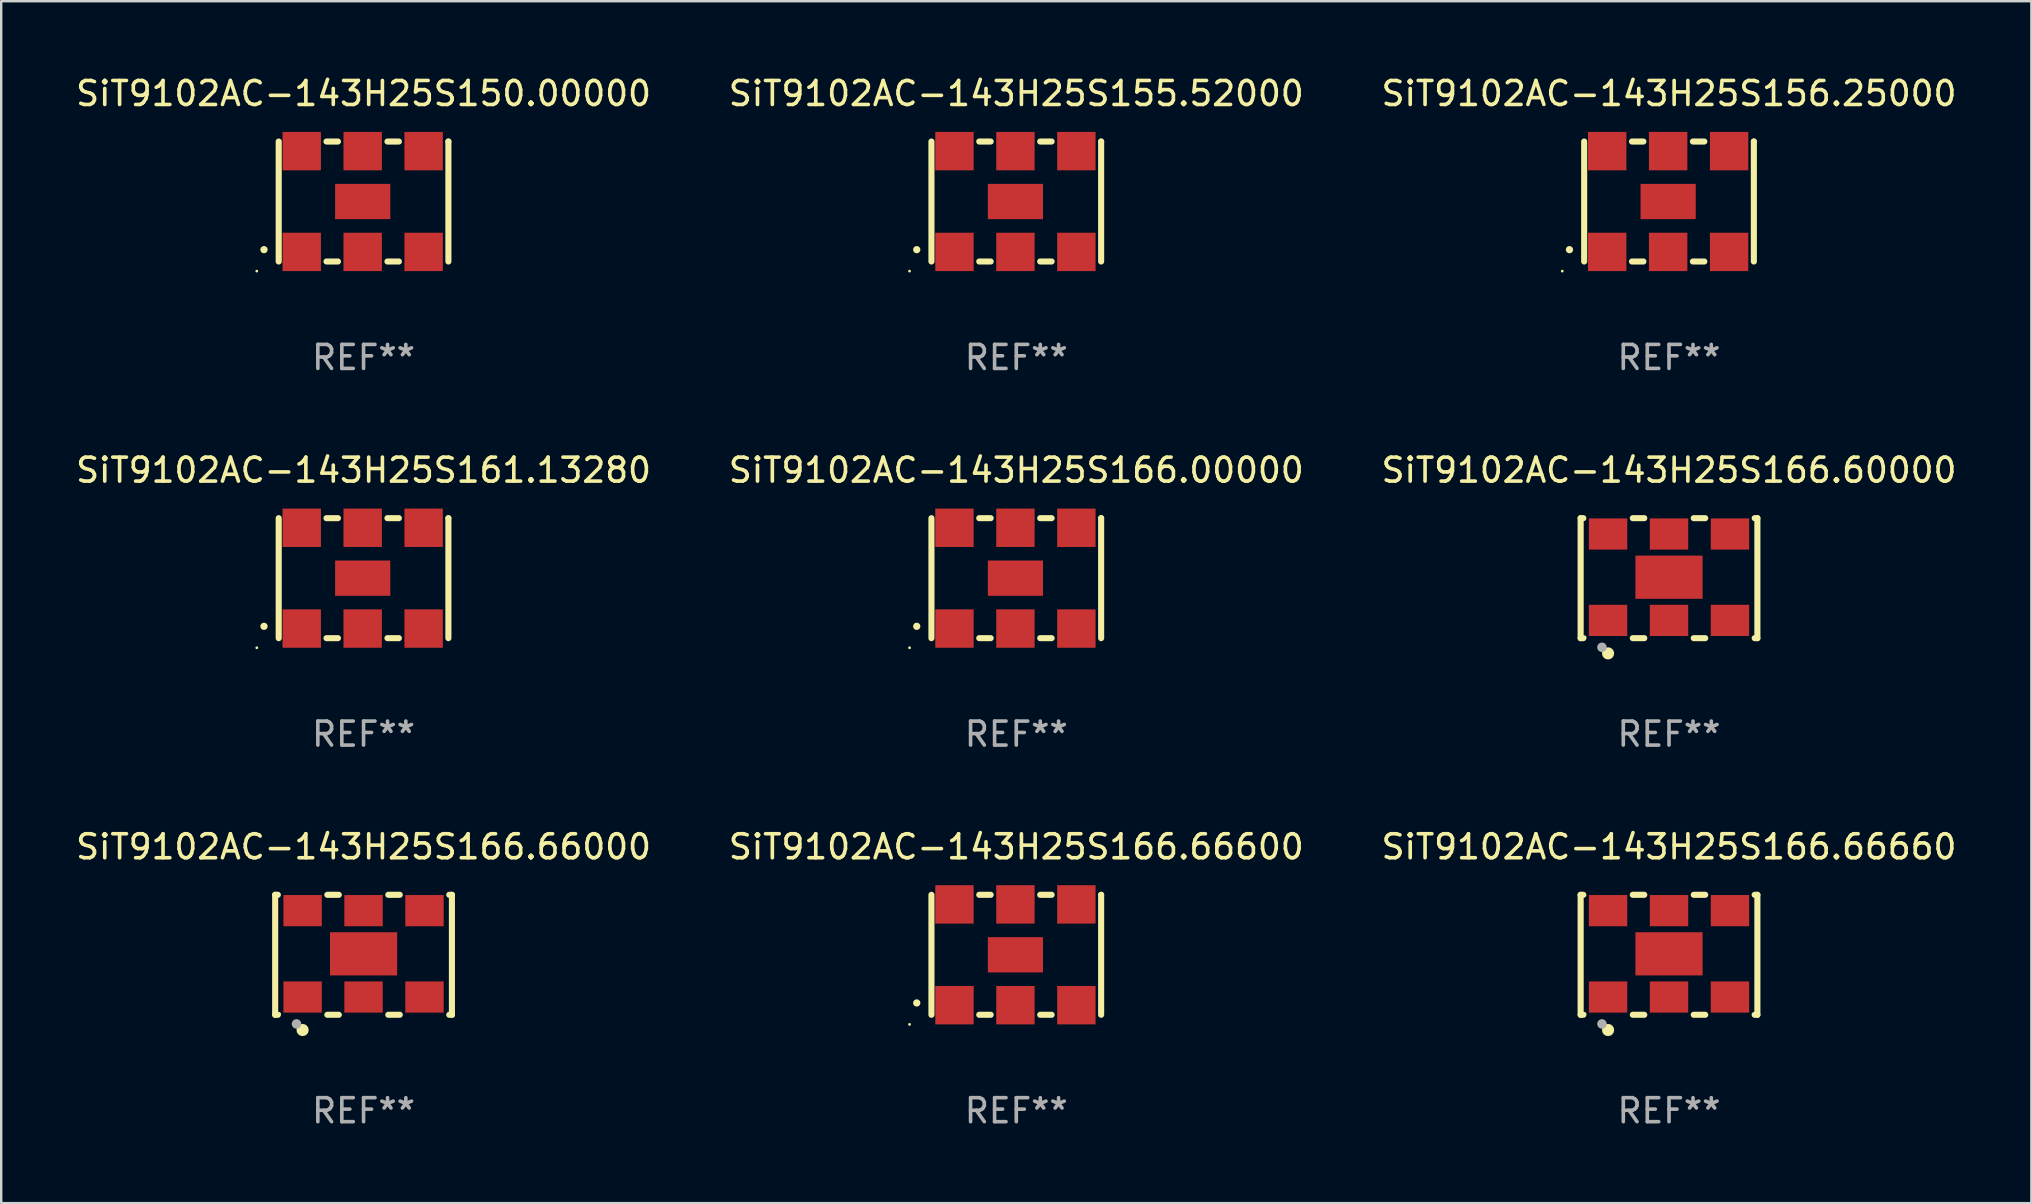
<source format=kicad_pcb>
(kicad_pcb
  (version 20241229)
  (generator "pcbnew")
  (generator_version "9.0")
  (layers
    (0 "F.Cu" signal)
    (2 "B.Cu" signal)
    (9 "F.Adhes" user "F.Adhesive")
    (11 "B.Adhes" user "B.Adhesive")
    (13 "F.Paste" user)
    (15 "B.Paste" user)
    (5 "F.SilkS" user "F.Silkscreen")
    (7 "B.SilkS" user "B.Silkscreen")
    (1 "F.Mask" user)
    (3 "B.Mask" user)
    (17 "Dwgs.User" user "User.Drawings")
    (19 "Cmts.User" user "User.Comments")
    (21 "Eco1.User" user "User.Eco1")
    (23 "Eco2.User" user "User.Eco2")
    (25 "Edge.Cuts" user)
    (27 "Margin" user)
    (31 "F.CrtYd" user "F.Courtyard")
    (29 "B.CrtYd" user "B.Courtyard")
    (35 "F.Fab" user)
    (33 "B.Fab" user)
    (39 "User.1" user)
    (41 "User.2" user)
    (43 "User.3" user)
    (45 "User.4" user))
  (footprint "SiT9102AC-143H25S150.00000"
    (layer "F.Cu")
    (at 12.101 5.348)
    (property "Reference" "SiT9102AC-143H25S150.00000" (at 0 -4.5 0) (layer "F.SilkS") (effects (font (size 1 1) (thickness 0.15))))
    (attr through_hole)
    (fp_line (start -3.536 -2.5) (end -3.536 2.5) (stroke (width 0.254) (type solid)) (layer "F.SilkS"))
    (fp_line (start -1.544 2.5) (end -1.067 2.5) (stroke (width 0.254) (type solid)) (layer "F.SilkS"))
    (fp_line (start -1.067 -2.5) (end -1.544 -2.5) (stroke (width 0.254) (type solid)) (layer "F.SilkS"))
    (fp_line (start 0.996 2.5) (end 1.473 2.5) (stroke (width 0.254) (type solid)) (layer "F.SilkS"))
    (fp_line (start 1.473 -2.5) (end 0.996 -2.5) (stroke (width 0.254) (type solid)) (layer "F.SilkS"))
    (fp_line (start 3.536 -2.5) (end 3.536 -2.5) (stroke (width 0.254) (type solid)) (layer "F.SilkS"))
    (fp_line (start 3.536 2.5) (end 3.536 -2.5) (stroke (width 0.254) (type solid)) (layer "F.SilkS"))
    (fp_arc (start -4.150432 2.006604) (mid -4.149162 2.006599) (end -4.147892 2.006604) (stroke (width 0.3) (type solid)) (layer "F.SilkS"))
    (fp_circle (center -4.449 2.9) (end -4.419 2.9) (stroke (width 0.06) (type solid)) (fill no) (layer "F.SilkS"))
    (fp_text user "REF**" (at 0 6.5 0) (layer "F.Fab") (effects (font (size 1 1) (thickness 0.15))))
    (pad "1" smd rect (at -2.576 2.1) (size 1.6 1.6) (layers "F.Cu" "F.Mask" "F.Paste"))
    (pad "2" smd rect (at -0.036 2.1) (size 1.6 1.6) (layers "F.Cu" "F.Mask" "F.Paste"))
    (pad "3" smd rect (at 2.504 2.1) (size 1.6 1.6) (layers "F.Cu" "F.Mask" "F.Paste"))
    (pad "4" smd rect (at 2.504 -2.1) (size 1.6 1.6) (layers "F.Cu" "F.Mask" "F.Paste"))
    (pad "5" smd rect (at -0.036 -2.1) (size 1.6 1.6) (layers "F.Cu" "F.Mask" "F.Paste"))
    (pad "6" smd rect (at -2.576 -2.1) (size 1.6 1.6) (layers "F.Cu" "F.Mask" "F.Paste"))
    (pad "7" smd rect (at -0.036 0) (size 2.3 1.47) (layers "F.Cu" "F.Mask" "F.Paste")))
  (footprint "SiT9102AC-143H25S166.60000"
    (layer "F.Cu")
    (at 66.506 21.045)
    (property "Reference" "SiT9102AC-143H25S166.60000" (at 0 -4.5 0) (layer "F.SilkS") (effects (font (size 1 1) (thickness 0.15))))
    (attr through_hole)
    (fp_line (start -3.683 -2.5) (end -3.571 -2.5) (stroke (width 0.254) (type solid)) (layer "F.SilkS"))
    (fp_line (start -3.683 2.5) (end -3.683 -2.5) (stroke (width 0.254) (type solid)) (layer "F.SilkS"))
    (fp_line (start -3.683 2.5) (end -3.571 2.5) (stroke (width 0.254) (type solid)) (layer "F.SilkS"))
    (fp_line (start -1.509 -2.5) (end -1.031 -2.5) (stroke (width 0.254) (type solid)) (layer "F.SilkS"))
    (fp_line (start -1.509 2.5) (end -1.031 2.5) (stroke (width 0.254) (type solid)) (layer "F.SilkS"))
    (fp_line (start 1.031 -2.5) (end 1.509 -2.5) (stroke (width 0.254) (type solid)) (layer "F.SilkS"))
    (fp_line (start 1.031 2.5) (end 1.509 2.5) (stroke (width 0.254) (type solid)) (layer "F.SilkS"))
    (fp_line (start 3.571 -2.5) (end 3.683 -2.5) (stroke (width 0.254) (type solid)) (layer "F.SilkS"))
    (fp_line (start 3.571 2.5) (end 3.683 2.5) (stroke (width 0.254) (type solid)) (layer "F.SilkS"))
    (fp_line (start 3.683 2.5) (end 3.683 -2.5) (stroke (width 0.254) (type solid)) (layer "F.SilkS"))
    (fp_circle (center -3.5 2.46) (end -3.47 2.46) (stroke (width 0.06) (type solid)) (fill no) (layer "F.SilkS"))
    (fp_circle (center -2.54 3.135) (end -2.413 3.135) (stroke (width 0.254) (type solid)) (fill no) (layer "F.SilkS"))
    (fp_circle (center -2.794 2.881) (end -2.694 2.881) (stroke (width 0.2) (type solid)) (fill no) (layer "F.Fab"))
    (fp_text user "REF**" (at 0 6.5 0) (layer "F.Fab") (effects (font (size 1 1) (thickness 0.15))))
    (pad "1" smd rect (at -2.54 1.76) (size 1.6 1.3) (layers "F.Cu" "F.Mask" "F.Paste"))
    (pad "2" smd rect (at 0 1.76) (size 1.6 1.3) (layers "F.Cu" "F.Mask" "F.Paste"))
    (pad "3" smd rect (at 2.54 1.76) (size 1.6 1.3) (layers "F.Cu" "F.Mask" "F.Paste"))
    (pad "4" smd rect (at 2.54 -1.84) (size 1.6 1.3) (layers "F.Cu" "F.Mask" "F.Paste"))
    (pad "5" smd rect (at 0 -1.84) (size 1.6 1.3) (layers "F.Cu" "F.Mask" "F.Paste"))
    (pad "6" smd rect (at -2.54 -1.84) (size 1.6 1.3) (layers "F.Cu" "F.Mask" "F.Paste"))
    (pad "7" smd rect (at 0 -0.04) (size 2.8 1.8) (layers "F.Cu" "F.Mask" "F.Paste")))
  (footprint "SiT9102AC-143H25S161.13280"
    (layer "F.Cu")
    (at 12.101 21.045)
    (property "Reference" "SiT9102AC-143H25S161.13280" (at 0 -4.5 0) (layer "F.SilkS") (effects (font (size 1 1) (thickness 0.15))))
    (attr through_hole)
    (fp_line (start -3.536 -2.5) (end -3.536 2.5) (stroke (width 0.254) (type solid)) (layer "F.SilkS"))
    (fp_line (start -1.544 2.5) (end -1.067 2.5) (stroke (width 0.254) (type solid)) (layer "F.SilkS"))
    (fp_line (start -1.067 -2.5) (end -1.544 -2.5) (stroke (width 0.254) (type solid)) (layer "F.SilkS"))
    (fp_line (start 0.996 2.5) (end 1.473 2.5) (stroke (width 0.254) (type solid)) (layer "F.SilkS"))
    (fp_line (start 1.473 -2.5) (end 0.996 -2.5) (stroke (width 0.254) (type solid)) (layer "F.SilkS"))
    (fp_line (start 3.536 -2.5) (end 3.536 -2.5) (stroke (width 0.254) (type solid)) (layer "F.SilkS"))
    (fp_line (start 3.536 2.5) (end 3.536 -2.5) (stroke (width 0.254) (type solid)) (layer "F.SilkS"))
    (fp_arc (start -4.150432 2.006604) (mid -4.149162 2.006599) (end -4.147892 2.006604) (stroke (width 0.3) (type solid)) (layer "F.SilkS"))
    (fp_circle (center -4.449 2.9) (end -4.419 2.9) (stroke (width 0.06) (type solid)) (fill no) (layer "F.SilkS"))
    (fp_text user "REF**" (at 0 6.5 0) (layer "F.Fab") (effects (font (size 1 1) (thickness 0.15))))
    (pad "1" smd rect (at -2.576 2.1) (size 1.6 1.6) (layers "F.Cu" "F.Mask" "F.Paste"))
    (pad "2" smd rect (at -0.036 2.1) (size 1.6 1.6) (layers "F.Cu" "F.Mask" "F.Paste"))
    (pad "3" smd rect (at 2.504 2.1) (size 1.6 1.6) (layers "F.Cu" "F.Mask" "F.Paste"))
    (pad "4" smd rect (at 2.504 -2.1) (size 1.6 1.6) (layers "F.Cu" "F.Mask" "F.Paste"))
    (pad "5" smd rect (at -0.036 -2.1) (size 1.6 1.6) (layers "F.Cu" "F.Mask" "F.Paste"))
    (pad "6" smd rect (at -2.576 -2.1) (size 1.6 1.6) (layers "F.Cu" "F.Mask" "F.Paste"))
    (pad "7" smd rect (at -0.036 0) (size 2.3 1.47) (layers "F.Cu" "F.Mask" "F.Paste")))
  (footprint "SiT9102AC-143H25S166.66000"
    (layer "F.Cu")
    (at 12.101 36.741)
    (property "Reference" "SiT9102AC-143H25S166.66000" (at 0 -4.5 0) (layer "F.SilkS") (effects (font (size 1 1) (thickness 0.15))))
    (attr through_hole)
    (fp_line (start -3.683 -2.5) (end -3.571 -2.5) (stroke (width 0.254) (type solid)) (layer "F.SilkS"))
    (fp_line (start -3.683 2.5) (end -3.683 -2.5) (stroke (width 0.254) (type solid)) (layer "F.SilkS"))
    (fp_line (start -3.683 2.5) (end -3.571 2.5) (stroke (width 0.254) (type solid)) (layer "F.SilkS"))
    (fp_line (start -1.509 -2.5) (end -1.031 -2.5) (stroke (width 0.254) (type solid)) (layer "F.SilkS"))
    (fp_line (start -1.509 2.5) (end -1.031 2.5) (stroke (width 0.254) (type solid)) (layer "F.SilkS"))
    (fp_line (start 1.031 -2.5) (end 1.509 -2.5) (stroke (width 0.254) (type solid)) (layer "F.SilkS"))
    (fp_line (start 1.031 2.5) (end 1.509 2.5) (stroke (width 0.254) (type solid)) (layer "F.SilkS"))
    (fp_line (start 3.571 -2.5) (end 3.683 -2.5) (stroke (width 0.254) (type solid)) (layer "F.SilkS"))
    (fp_line (start 3.571 2.5) (end 3.683 2.5) (stroke (width 0.254) (type solid)) (layer "F.SilkS"))
    (fp_line (start 3.683 2.5) (end 3.683 -2.5) (stroke (width 0.254) (type solid)) (layer "F.SilkS"))
    (fp_circle (center -3.5 2.46) (end -3.47 2.46) (stroke (width 0.06) (type solid)) (fill no) (layer "F.SilkS"))
    (fp_circle (center -2.54 3.135) (end -2.413 3.135) (stroke (width 0.254) (type solid)) (fill no) (layer "F.SilkS"))
    (fp_circle (center -2.794 2.881) (end -2.694 2.881) (stroke (width 0.2) (type solid)) (fill no) (layer "F.Fab"))
    (fp_text user "REF**" (at 0 6.5 0) (layer "F.Fab") (effects (font (size 1 1) (thickness 0.15))))
    (pad "1" smd rect (at -2.54 1.76) (size 1.6 1.3) (layers "F.Cu" "F.Mask" "F.Paste"))
    (pad "2" smd rect (at 0 1.76) (size 1.6 1.3) (layers "F.Cu" "F.Mask" "F.Paste"))
    (pad "3" smd rect (at 2.54 1.76) (size 1.6 1.3) (layers "F.Cu" "F.Mask" "F.Paste"))
    (pad "4" smd rect (at 2.54 -1.84) (size 1.6 1.3) (layers "F.Cu" "F.Mask" "F.Paste"))
    (pad "5" smd rect (at 0 -1.84) (size 1.6 1.3) (layers "F.Cu" "F.Mask" "F.Paste"))
    (pad "6" smd rect (at -2.54 -1.84) (size 1.6 1.3) (layers "F.Cu" "F.Mask" "F.Paste"))
    (pad "7" smd rect (at 0 -0.04) (size 2.8 1.8) (layers "F.Cu" "F.Mask" "F.Paste")))
  (footprint "SiT9102AC-143H25S166.66660"
    (layer "F.Cu")
    (at 66.506 36.741)
    (property "Reference" "SiT9102AC-143H25S166.66660" (at 0 -4.5 0) (layer "F.SilkS") (effects (font (size 1 1) (thickness 0.15))))
    (attr through_hole)
    (fp_line (start -3.683 -2.5) (end -3.571 -2.5) (stroke (width 0.254) (type solid)) (layer "F.SilkS"))
    (fp_line (start -3.683 2.5) (end -3.683 -2.5) (stroke (width 0.254) (type solid)) (layer "F.SilkS"))
    (fp_line (start -3.683 2.5) (end -3.571 2.5) (stroke (width 0.254) (type solid)) (layer "F.SilkS"))
    (fp_line (start -1.509 -2.5) (end -1.031 -2.5) (stroke (width 0.254) (type solid)) (layer "F.SilkS"))
    (fp_line (start -1.509 2.5) (end -1.031 2.5) (stroke (width 0.254) (type solid)) (layer "F.SilkS"))
    (fp_line (start 1.031 -2.5) (end 1.509 -2.5) (stroke (width 0.254) (type solid)) (layer "F.SilkS"))
    (fp_line (start 1.031 2.5) (end 1.509 2.5) (stroke (width 0.254) (type solid)) (layer "F.SilkS"))
    (fp_line (start 3.571 -2.5) (end 3.683 -2.5) (stroke (width 0.254) (type solid)) (layer "F.SilkS"))
    (fp_line (start 3.571 2.5) (end 3.683 2.5) (stroke (width 0.254) (type solid)) (layer "F.SilkS"))
    (fp_line (start 3.683 2.5) (end 3.683 -2.5) (stroke (width 0.254) (type solid)) (layer "F.SilkS"))
    (fp_circle (center -3.5 2.46) (end -3.47 2.46) (stroke (width 0.06) (type solid)) (fill no) (layer "F.SilkS"))
    (fp_circle (center -2.54 3.135) (end -2.413 3.135) (stroke (width 0.254) (type solid)) (fill no) (layer "F.SilkS"))
    (fp_circle (center -2.794 2.881) (end -2.694 2.881) (stroke (width 0.2) (type solid)) (fill no) (layer "F.Fab"))
    (fp_text user "REF**" (at 0 6.5 0) (layer "F.Fab") (effects (font (size 1 1) (thickness 0.15))))
    (pad "1" smd rect (at -2.54 1.76) (size 1.6 1.3) (layers "F.Cu" "F.Mask" "F.Paste"))
    (pad "2" smd rect (at 0 1.76) (size 1.6 1.3) (layers "F.Cu" "F.Mask" "F.Paste"))
    (pad "3" smd rect (at 2.54 1.76) (size 1.6 1.3) (layers "F.Cu" "F.Mask" "F.Paste"))
    (pad "4" smd rect (at 2.54 -1.84) (size 1.6 1.3) (layers "F.Cu" "F.Mask" "F.Paste"))
    (pad "5" smd rect (at 0 -1.84) (size 1.6 1.3) (layers "F.Cu" "F.Mask" "F.Paste"))
    (pad "6" smd rect (at -2.54 -1.84) (size 1.6 1.3) (layers "F.Cu" "F.Mask" "F.Paste"))
    (pad "7" smd rect (at 0 -0.04) (size 2.8 1.8) (layers "F.Cu" "F.Mask" "F.Paste")))
  (footprint "SiT9102AC-143H25S155.52000"
    (layer "F.Cu")
    (at 39.304 5.348)
    (property "Reference" "SiT9102AC-143H25S155.52000" (at 0 -4.5 0) (layer "F.SilkS") (effects (font (size 1 1) (thickness 0.15))))
    (attr through_hole)
    (fp_line (start -3.536 -2.5) (end -3.536 2.5) (stroke (width 0.254) (type solid)) (layer "F.SilkS"))
    (fp_line (start -1.544 2.5) (end -1.067 2.5) (stroke (width 0.254) (type solid)) (layer "F.SilkS"))
    (fp_line (start -1.067 -2.5) (end -1.544 -2.5) (stroke (width 0.254) (type solid)) (layer "F.SilkS"))
    (fp_line (start 0.996 2.5) (end 1.473 2.5) (stroke (width 0.254) (type solid)) (layer "F.SilkS"))
    (fp_line (start 1.473 -2.5) (end 0.996 -2.5) (stroke (width 0.254) (type solid)) (layer "F.SilkS"))
    (fp_line (start 3.536 -2.5) (end 3.536 -2.5) (stroke (width 0.254) (type solid)) (layer "F.SilkS"))
    (fp_line (start 3.536 2.5) (end 3.536 -2.5) (stroke (width 0.254) (type solid)) (layer "F.SilkS"))
    (fp_arc (start -4.150432 2.006604) (mid -4.149162 2.006599) (end -4.147892 2.006604) (stroke (width 0.3) (type solid)) (layer "F.SilkS"))
    (fp_circle (center -4.449 2.9) (end -4.419 2.9) (stroke (width 0.06) (type solid)) (fill no) (layer "F.SilkS"))
    (fp_text user "REF**" (at 0 6.5 0) (layer "F.Fab") (effects (font (size 1 1) (thickness 0.15))))
    (pad "1" smd rect (at -2.576 2.1) (size 1.6 1.6) (layers "F.Cu" "F.Mask" "F.Paste"))
    (pad "2" smd rect (at -0.036 2.1) (size 1.6 1.6) (layers "F.Cu" "F.Mask" "F.Paste"))
    (pad "3" smd rect (at 2.504 2.1) (size 1.6 1.6) (layers "F.Cu" "F.Mask" "F.Paste"))
    (pad "4" smd rect (at 2.504 -2.1) (size 1.6 1.6) (layers "F.Cu" "F.Mask" "F.Paste"))
    (pad "5" smd rect (at -0.036 -2.1) (size 1.6 1.6) (layers "F.Cu" "F.Mask" "F.Paste"))
    (pad "6" smd rect (at -2.576 -2.1) (size 1.6 1.6) (layers "F.Cu" "F.Mask" "F.Paste"))
    (pad "7" smd rect (at -0.036 0) (size 2.3 1.47) (layers "F.Cu" "F.Mask" "F.Paste")))
  (footprint "SiT9102AC-143H25S166.66600"
    (layer "F.Cu")
    (at 39.304 36.741)
    (property "Reference" "SiT9102AC-143H25S166.66600" (at 0 -4.5 0) (layer "F.SilkS") (effects (font (size 1 1) (thickness 0.15))))
    (attr through_hole)
    (fp_line (start -3.536 -2.5) (end -3.536 2.5) (stroke (width 0.254) (type solid)) (layer "F.SilkS"))
    (fp_line (start -1.544 2.5) (end -1.067 2.5) (stroke (width 0.254) (type solid)) (layer "F.SilkS"))
    (fp_line (start -1.067 -2.5) (end -1.544 -2.5) (stroke (width 0.254) (type solid)) (layer "F.SilkS"))
    (fp_line (start 0.996 2.5) (end 1.473 2.5) (stroke (width 0.254) (type solid)) (layer "F.SilkS"))
    (fp_line (start 1.473 -2.5) (end 0.996 -2.5) (stroke (width 0.254) (type solid)) (layer "F.SilkS"))
    (fp_line (start 3.536 -2.5) (end 3.536 -2.5) (stroke (width 0.254) (type solid)) (layer "F.SilkS"))
    (fp_line (start 3.536 2.5) (end 3.536 -2.5) (stroke (width 0.254) (type solid)) (layer "F.SilkS"))
    (fp_arc (start -4.150432 2.006604) (mid -4.149162 2.006599) (end -4.147892 2.006604) (stroke (width 0.3) (type solid)) (layer "F.SilkS"))
    (fp_circle (center -4.449 2.9) (end -4.419 2.9) (stroke (width 0.06) (type solid)) (fill no) (layer "F.SilkS"))
    (fp_text user "REF**" (at 0 6.5 0) (layer "F.Fab") (effects (font (size 1 1) (thickness 0.15))))
    (pad "1" smd rect (at -2.576 2.1) (size 1.6 1.6) (layers "F.Cu" "F.Mask" "F.Paste"))
    (pad "2" smd rect (at -0.036 2.1) (size 1.6 1.6) (layers "F.Cu" "F.Mask" "F.Paste"))
    (pad "3" smd rect (at 2.504 2.1) (size 1.6 1.6) (layers "F.Cu" "F.Mask" "F.Paste"))
    (pad "4" smd rect (at 2.504 -2.1) (size 1.6 1.6) (layers "F.Cu" "F.Mask" "F.Paste"))
    (pad "5" smd rect (at -0.036 -2.1) (size 1.6 1.6) (layers "F.Cu" "F.Mask" "F.Paste"))
    (pad "6" smd rect (at -2.576 -2.1) (size 1.6 1.6) (layers "F.Cu" "F.Mask" "F.Paste"))
    (pad "7" smd rect (at -0.036 0) (size 2.3 1.47) (layers "F.Cu" "F.Mask" "F.Paste")))
  (footprint "SiT9102AC-143H25S166.00000"
    (layer "F.Cu")
    (at 39.304 21.045)
    (property "Reference" "SiT9102AC-143H25S166.00000" (at 0 -4.5 0) (layer "F.SilkS") (effects (font (size 1 1) (thickness 0.15))))
    (attr through_hole)
    (fp_line (start -3.536 -2.5) (end -3.536 2.5) (stroke (width 0.254) (type solid)) (layer "F.SilkS"))
    (fp_line (start -1.544 2.5) (end -1.067 2.5) (stroke (width 0.254) (type solid)) (layer "F.SilkS"))
    (fp_line (start -1.067 -2.5) (end -1.544 -2.5) (stroke (width 0.254) (type solid)) (layer "F.SilkS"))
    (fp_line (start 0.996 2.5) (end 1.473 2.5) (stroke (width 0.254) (type solid)) (layer "F.SilkS"))
    (fp_line (start 1.473 -2.5) (end 0.996 -2.5) (stroke (width 0.254) (type solid)) (layer "F.SilkS"))
    (fp_line (start 3.536 -2.5) (end 3.536 -2.5) (stroke (width 0.254) (type solid)) (layer "F.SilkS"))
    (fp_line (start 3.536 2.5) (end 3.536 -2.5) (stroke (width 0.254) (type solid)) (layer "F.SilkS"))
    (fp_arc (start -4.150432 2.006604) (mid -4.149162 2.006599) (end -4.147892 2.006604) (stroke (width 0.3) (type solid)) (layer "F.SilkS"))
    (fp_circle (center -4.449 2.9) (end -4.419 2.9) (stroke (width 0.06) (type solid)) (fill no) (layer "F.SilkS"))
    (fp_text user "REF**" (at 0 6.5 0) (layer "F.Fab") (effects (font (size 1 1) (thickness 0.15))))
    (pad "1" smd rect (at -2.576 2.1) (size 1.6 1.6) (layers "F.Cu" "F.Mask" "F.Paste"))
    (pad "2" smd rect (at -0.036 2.1) (size 1.6 1.6) (layers "F.Cu" "F.Mask" "F.Paste"))
    (pad "3" smd rect (at 2.504 2.1) (size 1.6 1.6) (layers "F.Cu" "F.Mask" "F.Paste"))
    (pad "4" smd rect (at 2.504 -2.1) (size 1.6 1.6) (layers "F.Cu" "F.Mask" "F.Paste"))
    (pad "5" smd rect (at -0.036 -2.1) (size 1.6 1.6) (layers "F.Cu" "F.Mask" "F.Paste"))
    (pad "6" smd rect (at -2.576 -2.1) (size 1.6 1.6) (layers "F.Cu" "F.Mask" "F.Paste"))
    (pad "7" smd rect (at -0.036 0) (size 2.3 1.47) (layers "F.Cu" "F.Mask" "F.Paste")))
  (footprint "SiT9102AC-143H25S156.25000"
    (layer "F.Cu")
    (at 66.506 5.348)
    (property "Reference" "SiT9102AC-143H25S156.25000" (at 0 -4.5 0) (layer "F.SilkS") (effects (font (size 1 1) (thickness 0.15))))
    (attr through_hole)
    (fp_line (start -3.536 -2.5) (end -3.536 2.5) (stroke (width 0.254) (type solid)) (layer "F.SilkS"))
    (fp_line (start -1.544 2.5) (end -1.067 2.5) (stroke (width 0.254) (type solid)) (layer "F.SilkS"))
    (fp_line (start -1.067 -2.5) (end -1.544 -2.5) (stroke (width 0.254) (type solid)) (layer "F.SilkS"))
    (fp_line (start 0.996 2.5) (end 1.473 2.5) (stroke (width 0.254) (type solid)) (layer "F.SilkS"))
    (fp_line (start 1.473 -2.5) (end 0.996 -2.5) (stroke (width 0.254) (type solid)) (layer "F.SilkS"))
    (fp_line (start 3.536 -2.5) (end 3.536 -2.5) (stroke (width 0.254) (type solid)) (layer "F.SilkS"))
    (fp_line (start 3.536 2.5) (end 3.536 -2.5) (stroke (width 0.254) (type solid)) (layer "F.SilkS"))
    (fp_arc (start -4.150432 2.006604) (mid -4.149162 2.006599) (end -4.147892 2.006604) (stroke (width 0.3) (type solid)) (layer "F.SilkS"))
    (fp_circle (center -4.449 2.9) (end -4.419 2.9) (stroke (width 0.06) (type solid)) (fill no) (layer "F.SilkS"))
    (fp_text user "REF**" (at 0 6.5 0) (layer "F.Fab") (effects (font (size 1 1) (thickness 0.15))))
    (pad "1" smd rect (at -2.576 2.1) (size 1.6 1.6) (layers "F.Cu" "F.Mask" "F.Paste"))
    (pad "2" smd rect (at -0.036 2.1) (size 1.6 1.6) (layers "F.Cu" "F.Mask" "F.Paste"))
    (pad "3" smd rect (at 2.504 2.1) (size 1.6 1.6) (layers "F.Cu" "F.Mask" "F.Paste"))
    (pad "4" smd rect (at 2.504 -2.1) (size 1.6 1.6) (layers "F.Cu" "F.Mask" "F.Paste"))
    (pad "5" smd rect (at -0.036 -2.1) (size 1.6 1.6) (layers "F.Cu" "F.Mask" "F.Paste"))
    (pad "6" smd rect (at -2.576 -2.1) (size 1.6 1.6) (layers "F.Cu" "F.Mask" "F.Paste"))
    (pad "7" smd rect (at -0.036 0) (size 2.3 1.47) (layers "F.Cu" "F.Mask" "F.Paste")))
  (gr_rect
    (start -3 -3)
    (end 81.607 47.09)
    (stroke (width 0.1) (type default))
    (fill no)
    (layer "Edge.Cuts")))
</source>
